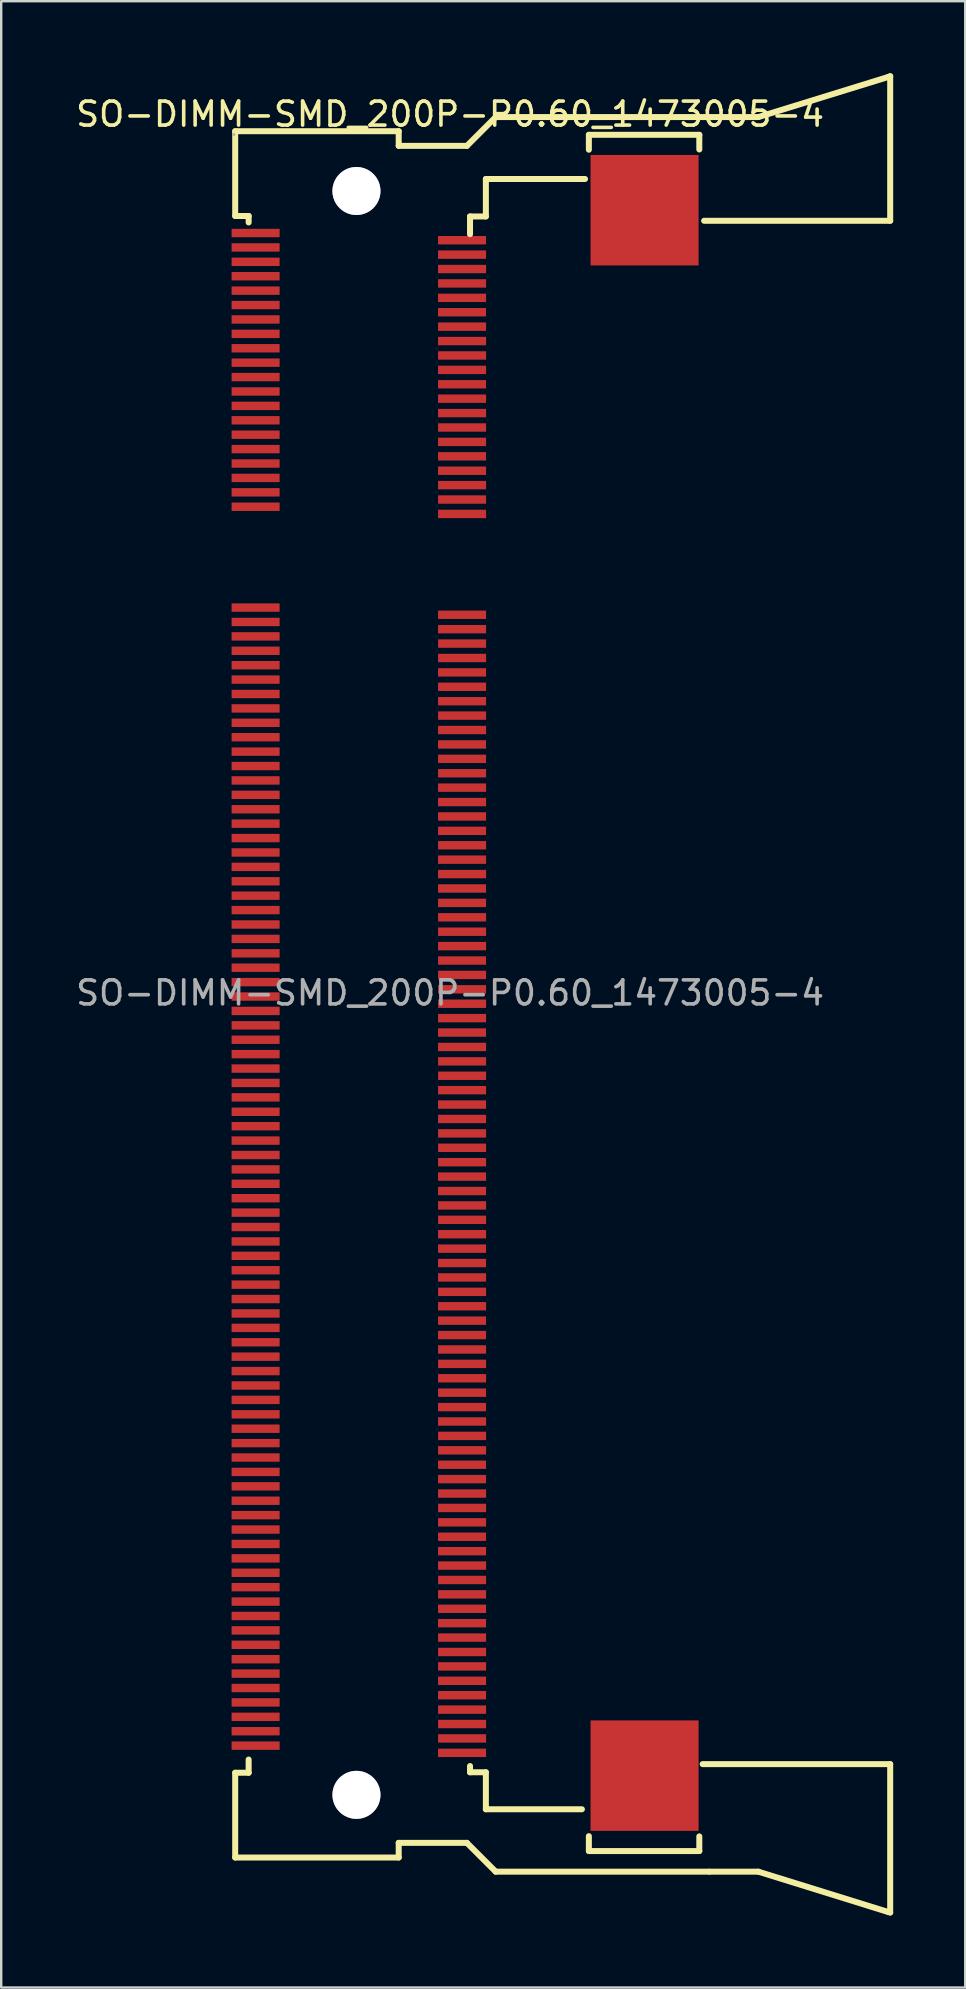
<source format=kicad_pcb>
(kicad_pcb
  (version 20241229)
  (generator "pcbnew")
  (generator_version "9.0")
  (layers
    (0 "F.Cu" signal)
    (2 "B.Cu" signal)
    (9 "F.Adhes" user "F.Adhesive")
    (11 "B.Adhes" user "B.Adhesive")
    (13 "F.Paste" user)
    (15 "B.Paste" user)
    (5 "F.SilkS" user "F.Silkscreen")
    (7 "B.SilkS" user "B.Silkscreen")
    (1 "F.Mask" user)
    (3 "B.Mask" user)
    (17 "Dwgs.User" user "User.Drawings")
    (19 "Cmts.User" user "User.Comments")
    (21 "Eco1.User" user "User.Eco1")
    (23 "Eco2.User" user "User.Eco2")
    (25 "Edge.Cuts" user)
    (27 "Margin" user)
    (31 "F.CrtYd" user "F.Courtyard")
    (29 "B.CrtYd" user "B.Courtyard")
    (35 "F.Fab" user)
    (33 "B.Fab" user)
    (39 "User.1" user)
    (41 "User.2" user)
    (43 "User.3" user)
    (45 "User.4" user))
  (footprint "SO-DIMM-SMD_200P-P0.60_1473005-4"
    (layer "F.Cu")
    (at 15.696 38.305)
    (property "Reference" "SO-DIMM-SMD_200P-P0.60_1473005-4" (at 0 -36.6 0) (layer "F.SilkS") (effects (font (size 1 1) (thickness 0.15))))
    (attr through_hole)
    (fp_line (start -8.95 -35.89) (end -2.14 -35.89) (stroke (width 0.25) (type solid)) (layer "F.SilkS"))
    (fp_line (start -8.95 -32.36) (end -8.95 -35.89) (stroke (width 0.25) (type solid)) (layer "F.SilkS"))
    (fp_line (start -8.95 -32.36) (end -8.39 -32.36) (stroke (width 0.25) (type solid)) (layer "F.SilkS"))
    (fp_line (start -8.95 32.48) (end -8.95 36.01) (stroke (width 0.25) (type solid)) (layer "F.SilkS"))
    (fp_line (start -8.95 32.48) (end -8.39 32.48) (stroke (width 0.25) (type solid)) (layer "F.SilkS"))
    (fp_line (start -8.95 36.01) (end -2.14 36.01) (stroke (width 0.25) (type solid)) (layer "F.SilkS"))
    (fp_line (start -8.39 -32.36) (end -8.39 -32.09) (stroke (width 0.25) (type solid)) (layer "F.SilkS"))
    (fp_line (start -8.39 32.48) (end -8.39 31.93) (stroke (width 0.25) (type solid)) (layer "F.SilkS"))
    (fp_line (start -2.14 -35.89) (end -2.14 -35.28) (stroke (width 0.25) (type solid)) (layer "F.SilkS"))
    (fp_line (start -2.14 -35.28) (end 0.7 -35.28) (stroke (width 0.25) (type solid)) (layer "F.SilkS"))
    (fp_line (start -2.14 35.4) (end 0.7 35.4) (stroke (width 0.25) (type solid)) (layer "F.SilkS"))
    (fp_line (start -2.14 36.01) (end -2.14 35.4) (stroke (width 0.25) (type solid)) (layer "F.SilkS"))
    (fp_line (start 0.7 -35.28) (end 1.9 -36.48) (stroke (width 0.25) (type solid)) (layer "F.SilkS"))
    (fp_line (start 0.7 35.4) (end 1.9 36.6) (stroke (width 0.25) (type solid)) (layer "F.SilkS"))
    (fp_line (start 0.83 -32.34) (end 0.83 -31.6) (stroke (width 0.25) (type solid)) (layer "F.SilkS"))
    (fp_line (start 0.83 32.46) (end 0.83 32.2) (stroke (width 0.25) (type solid)) (layer "F.SilkS"))
    (fp_line (start 1.49 -33.9) (end 5.62 -33.9) (stroke (width 0.25) (type solid)) (layer "F.SilkS"))
    (fp_line (start 1.49 -32.34) (end 0.83 -32.34) (stroke (width 0.25) (type solid)) (layer "F.SilkS"))
    (fp_line (start 1.49 -32.34) (end 1.49 -33.9) (stroke (width 0.25) (type solid)) (layer "F.SilkS"))
    (fp_line (start 1.49 32.46) (end 0.83 32.46) (stroke (width 0.25) (type solid)) (layer "F.SilkS"))
    (fp_line (start 1.49 32.46) (end 1.49 34) (stroke (width 0.25) (type solid)) (layer "F.SilkS"))
    (fp_line (start 1.49 34) (end 5.49 34) (stroke (width 0.25) (type solid)) (layer "F.SilkS"))
    (fp_line (start 1.9 -36.48) (end 10.79 -36.48) (stroke (width 0.25) (type solid)) (layer "F.SilkS"))
    (fp_line (start 1.9 36.6) (end 10.79 36.6) (stroke (width 0.25) (type solid)) (layer "F.SilkS"))
    (fp_line (start 5.78 -35.74) (end 10.38 -35.74) (stroke (width 0.25) (type solid)) (layer "F.SilkS"))
    (fp_line (start 5.78 -35.12) (end 5.78 -35.74) (stroke (width 0.25) (type solid)) (layer "F.SilkS"))
    (fp_line (start 5.78 35.74) (end 5.78 35.12) (stroke (width 0.25) (type solid)) (layer "F.SilkS"))
    (fp_line (start 5.78 35.74) (end 10.38 35.74) (stroke (width 0.25) (type solid)) (layer "F.SilkS"))
    (fp_line (start 10.38 -35.74) (end 10.38 -35.13) (stroke (width 0.25) (type solid)) (layer "F.SilkS"))
    (fp_line (start 10.38 35.74) (end 10.38 35.13) (stroke (width 0.25) (type solid)) (layer "F.SilkS"))
    (fp_line (start 10.81 -36.48) (end 12.84 -36.48) (stroke (width 0.25) (type solid)) (layer "F.SilkS"))
    (fp_line (start 10.81 36.6) (end 12.84 36.6) (stroke (width 0.25) (type solid)) (layer "F.SilkS"))
    (fp_line (start 12.84 -36.48) (end 18.25 -38.15) (stroke (width 0.25) (type solid)) (layer "F.SilkS"))
    (fp_line (start 12.84 36.6) (end 18.25 38.28) (stroke (width 0.25) (type solid)) (layer "F.SilkS"))
    (fp_line (start 18.25 -38.15) (end 18.33 -38.18) (stroke (width 0.25) (type solid)) (layer "F.SilkS"))
    (fp_line (start 18.25 38.28) (end 18.33 38.3) (stroke (width 0.25) (type solid)) (layer "F.SilkS"))
    (fp_line (start 18.33 -38.18) (end 18.33 -32.16) (stroke (width 0.25) (type solid)) (layer "F.SilkS"))
    (fp_line (start 18.33 -32.16) (end 10.58 -32.16) (stroke (width 0.25) (type solid)) (layer "F.SilkS"))
    (fp_line (start 18.33 32.12) (end 10.52 32.12) (stroke (width 0.25) (type solid)) (layer "F.SilkS"))
    (fp_line (start 18.33 38.3) (end 18.33 32.12) (stroke (width 0.25) (type solid)) (layer "F.SilkS"))
    (fp_circle (center -9 -35.75) (end -8.97 -35.75) (stroke (width 0.06) (type solid)) (fill no) (layer "F.Fab"))
    (fp_text user "${REFERENCE}" (at 0 0 0) (layer "F.Fab") (effects (font (size 1 1) (thickness 0.15))))
    (pad "" thru_hole circle (at -3.9 -33.4) (size 2 2) (drill 2) (layers "*.Cu" "*.Mask"))
    (pad "" thru_hole circle (at -3.9 33.4) (size 2 2) (drill 2) (layers "*.Cu" "*.Mask"))
    (pad "1" smd rect (at -8.1 -31.65) (size 2 0.35) (layers "F.Cu" "F.Mask" "F.Paste"))
    (pad "2" smd rect (at 0.5 -31.35) (size 2 0.35) (layers "F.Cu" "F.Mask" "F.Paste"))
    (pad "3" smd rect (at -8.1 -31.05) (size 2 0.35) (layers "F.Cu" "F.Mask" "F.Paste"))
    (pad "4" smd rect (at 0.5 -30.75) (size 2 0.35) (layers "F.Cu" "F.Mask" "F.Paste"))
    (pad "5" smd rect (at -8.1 -30.45) (size 2 0.35) (layers "F.Cu" "F.Mask" "F.Paste"))
    (pad "6" smd rect (at 0.5 -30.15) (size 2 0.35) (layers "F.Cu" "F.Mask" "F.Paste"))
    (pad "7" smd rect (at -8.1 -29.85) (size 2 0.35) (layers "F.Cu" "F.Mask" "F.Paste"))
    (pad "8" smd rect (at 0.5 -29.55) (size 2 0.35) (layers "F.Cu" "F.Mask" "F.Paste"))
    (pad "9" smd rect (at -8.1 -29.25) (size 2 0.35) (layers "F.Cu" "F.Mask" "F.Paste"))
    (pad "10" smd rect (at 0.5 -28.95) (size 2 0.35) (layers "F.Cu" "F.Mask" "F.Paste"))
    (pad "11" smd rect (at -8.1 -28.65) (size 2 0.35) (layers "F.Cu" "F.Mask" "F.Paste"))
    (pad "12" smd rect (at 0.5 -28.35) (size 2 0.35) (layers "F.Cu" "F.Mask" "F.Paste"))
    (pad "13" smd rect (at -8.1 -28.05) (size 2 0.35) (layers "F.Cu" "F.Mask" "F.Paste"))
    (pad "14" smd rect (at 0.5 -27.75) (size 2 0.35) (layers "F.Cu" "F.Mask" "F.Paste"))
    (pad "15" smd rect (at -8.1 -27.45) (size 2 0.35) (layers "F.Cu" "F.Mask" "F.Paste"))
    (pad "16" smd rect (at 0.5 -27.15) (size 2 0.35) (layers "F.Cu" "F.Mask" "F.Paste"))
    (pad "17" smd rect (at -8.1 -26.85) (size 2 0.35) (layers "F.Cu" "F.Mask" "F.Paste"))
    (pad "18" smd rect (at 0.5 -26.55) (size 2 0.35) (layers "F.Cu" "F.Mask" "F.Paste"))
    (pad "19" smd rect (at -8.1 -26.25) (size 2 0.35) (layers "F.Cu" "F.Mask" "F.Paste"))
    (pad "20" smd rect (at 0.5 -25.95) (size 2 0.35) (layers "F.Cu" "F.Mask" "F.Paste"))
    (pad "21" smd rect (at -8.1 -25.65) (size 2 0.35) (layers "F.Cu" "F.Mask" "F.Paste"))
    (pad "22" smd rect (at 0.5 -25.35) (size 2 0.35) (layers "F.Cu" "F.Mask" "F.Paste"))
    (pad "23" smd rect (at -8.1 -25.05) (size 2 0.35) (layers "F.Cu" "F.Mask" "F.Paste"))
    (pad "24" smd rect (at 0.5 -24.75) (size 2 0.35) (layers "F.Cu" "F.Mask" "F.Paste"))
    (pad "25" smd rect (at -8.1 -24.45) (size 2 0.35) (layers "F.Cu" "F.Mask" "F.Paste"))
    (pad "26" smd rect (at 0.5 -24.15) (size 2 0.35) (layers "F.Cu" "F.Mask" "F.Paste"))
    (pad "27" smd rect (at -8.1 -23.85) (size 2 0.35) (layers "F.Cu" "F.Mask" "F.Paste"))
    (pad "28" smd rect (at 0.5 -23.55) (size 2 0.35) (layers "F.Cu" "F.Mask" "F.Paste"))
    (pad "29" smd rect (at -8.1 -23.25) (size 2 0.35) (layers "F.Cu" "F.Mask" "F.Paste"))
    (pad "30" smd rect (at 0.5 -22.95) (size 2 0.35) (layers "F.Cu" "F.Mask" "F.Paste"))
    (pad "31" smd rect (at -8.1 -22.65) (size 2 0.35) (layers "F.Cu" "F.Mask" "F.Paste"))
    (pad "32" smd rect (at 0.5 -22.35) (size 2 0.35) (layers "F.Cu" "F.Mask" "F.Paste"))
    (pad "33" smd rect (at -8.1 -22.05) (size 2 0.35) (layers "F.Cu" "F.Mask" "F.Paste"))
    (pad "34" smd rect (at 0.5 -21.75) (size 2 0.35) (layers "F.Cu" "F.Mask" "F.Paste"))
    (pad "35" smd rect (at -8.1 -21.45) (size 2 0.35) (layers "F.Cu" "F.Mask" "F.Paste"))
    (pad "36" smd rect (at 0.5 -21.15) (size 2 0.35) (layers "F.Cu" "F.Mask" "F.Paste"))
    (pad "37" smd rect (at -8.1 -20.85) (size 2 0.35) (layers "F.Cu" "F.Mask" "F.Paste"))
    (pad "38" smd rect (at 0.5 -20.55) (size 2 0.35) (layers "F.Cu" "F.Mask" "F.Paste"))
    (pad "39" smd rect (at -8.1 -20.25) (size 2 0.35) (layers "F.Cu" "F.Mask" "F.Paste"))
    (pad "40" smd rect (at 0.5 -19.95) (size 2 0.35) (layers "F.Cu" "F.Mask" "F.Paste"))
    (pad "41" smd rect (at -8.1 -16.05) (size 2 0.35) (layers "F.Cu" "F.Mask" "F.Paste"))
    (pad "42" smd rect (at 0.5 -15.75) (size 2 0.35) (layers "F.Cu" "F.Mask" "F.Paste"))
    (pad "43" smd rect (at -8.1 -15.45) (size 2 0.35) (layers "F.Cu" "F.Mask" "F.Paste"))
    (pad "44" smd rect (at 0.5 -15.15) (size 2 0.35) (layers "F.Cu" "F.Mask" "F.Paste"))
    (pad "45" smd rect (at -8.1 -14.85) (size 2 0.35) (layers "F.Cu" "F.Mask" "F.Paste"))
    (pad "46" smd rect (at 0.5 -14.55) (size 2 0.35) (layers "F.Cu" "F.Mask" "F.Paste"))
    (pad "47" smd rect (at -8.1 -14.25) (size 2 0.35) (layers "F.Cu" "F.Mask" "F.Paste"))
    (pad "48" smd rect (at 0.5 -13.95) (size 2 0.35) (layers "F.Cu" "F.Mask" "F.Paste"))
    (pad "49" smd rect (at -8.1 -13.65) (size 2 0.35) (layers "F.Cu" "F.Mask" "F.Paste"))
    (pad "50" smd rect (at 0.5 -13.35) (size 2 0.35) (layers "F.Cu" "F.Mask" "F.Paste"))
    (pad "51" smd rect (at -8.1 -13.05) (size 2 0.35) (layers "F.Cu" "F.Mask" "F.Paste"))
    (pad "52" smd rect (at 0.5 -12.75) (size 2 0.35) (layers "F.Cu" "F.Mask" "F.Paste"))
    (pad "53" smd rect (at -8.1 -12.45) (size 2 0.35) (layers "F.Cu" "F.Mask" "F.Paste"))
    (pad "54" smd rect (at 0.5 -12.15) (size 2 0.35) (layers "F.Cu" "F.Mask" "F.Paste"))
    (pad "55" smd rect (at -8.1 -11.85) (size 2 0.35) (layers "F.Cu" "F.Mask" "F.Paste"))
    (pad "56" smd rect (at 0.5 -11.55) (size 2 0.35) (layers "F.Cu" "F.Mask" "F.Paste"))
    (pad "57" smd rect (at -8.1 -11.25) (size 2 0.35) (layers "F.Cu" "F.Mask" "F.Paste"))
    (pad "58" smd rect (at 0.5 -10.95) (size 2 0.35) (layers "F.Cu" "F.Mask" "F.Paste"))
    (pad "59" smd rect (at -8.1 -10.65) (size 2 0.35) (layers "F.Cu" "F.Mask" "F.Paste"))
    (pad "60" smd rect (at 0.5 -10.35) (size 2 0.35) (layers "F.Cu" "F.Mask" "F.Paste"))
    (pad "61" smd rect (at -8.1 -10.05) (size 2 0.35) (layers "F.Cu" "F.Mask" "F.Paste"))
    (pad "62" smd rect (at 0.5 -9.75) (size 2 0.35) (layers "F.Cu" "F.Mask" "F.Paste"))
    (pad "63" smd rect (at -8.1 -9.45) (size 2 0.35) (layers "F.Cu" "F.Mask" "F.Paste"))
    (pad "64" smd rect (at 0.5 -9.15) (size 2 0.35) (layers "F.Cu" "F.Mask" "F.Paste"))
    (pad "65" smd rect (at -8.1 -8.85) (size 2 0.35) (layers "F.Cu" "F.Mask" "F.Paste"))
    (pad "66" smd rect (at 0.5 -8.55) (size 2 0.35) (layers "F.Cu" "F.Mask" "F.Paste"))
    (pad "67" smd rect (at -8.1 -8.25) (size 2 0.35) (layers "F.Cu" "F.Mask" "F.Paste"))
    (pad "68" smd rect (at 0.5 -7.95) (size 2 0.35) (layers "F.Cu" "F.Mask" "F.Paste"))
    (pad "69" smd rect (at -8.1 -7.65) (size 2 0.35) (layers "F.Cu" "F.Mask" "F.Paste"))
    (pad "70" smd rect (at 0.5 -7.35) (size 2 0.35) (layers "F.Cu" "F.Mask" "F.Paste"))
    (pad "71" smd rect (at -8.1 -7.05) (size 2 0.35) (layers "F.Cu" "F.Mask" "F.Paste"))
    (pad "72" smd rect (at 0.5 -6.75) (size 2 0.35) (layers "F.Cu" "F.Mask" "F.Paste"))
    (pad "73" smd rect (at -8.1 -6.45) (size 2 0.35) (layers "F.Cu" "F.Mask" "F.Paste"))
    (pad "74" smd rect (at 0.5 -6.15) (size 2 0.35) (layers "F.Cu" "F.Mask" "F.Paste"))
    (pad "75" smd rect (at -8.1 -5.85) (size 2 0.35) (layers "F.Cu" "F.Mask" "F.Paste"))
    (pad "76" smd rect (at 0.5 -5.55) (size 2 0.35) (layers "F.Cu" "F.Mask" "F.Paste"))
    (pad "77" smd rect (at -8.1 -5.25) (size 2 0.35) (layers "F.Cu" "F.Mask" "F.Paste"))
    (pad "78" smd rect (at 0.5 -4.95) (size 2 0.35) (layers "F.Cu" "F.Mask" "F.Paste"))
    (pad "79" smd rect (at -8.1 -4.65) (size 2 0.35) (layers "F.Cu" "F.Mask" "F.Paste"))
    (pad "80" smd rect (at 0.5 -4.35) (size 2 0.35) (layers "F.Cu" "F.Mask" "F.Paste"))
    (pad "81" smd rect (at -8.1 -4.05) (size 2 0.35) (layers "F.Cu" "F.Mask" "F.Paste"))
    (pad "82" smd rect (at 0.5 -3.75) (size 2 0.35) (layers "F.Cu" "F.Mask" "F.Paste"))
    (pad "83" smd rect (at -8.1 -3.45) (size 2 0.35) (layers "F.Cu" "F.Mask" "F.Paste"))
    (pad "84" smd rect (at 0.5 -3.15) (size 2 0.35) (layers "F.Cu" "F.Mask" "F.Paste"))
    (pad "85" smd rect (at -8.1 -2.85) (size 2 0.35) (layers "F.Cu" "F.Mask" "F.Paste"))
    (pad "86" smd rect (at 0.5 -2.55) (size 2 0.35) (layers "F.Cu" "F.Mask" "F.Paste"))
    (pad "87" smd rect (at -8.1 -2.25) (size 2 0.35) (layers "F.Cu" "F.Mask" "F.Paste"))
    (pad "88" smd rect (at 0.5 -1.95) (size 2 0.35) (layers "F.Cu" "F.Mask" "F.Paste"))
    (pad "89" smd rect (at -8.1 -1.65) (size 2 0.35) (layers "F.Cu" "F.Mask" "F.Paste"))
    (pad "90" smd rect (at 0.5 -1.35) (size 2 0.35) (layers "F.Cu" "F.Mask" "F.Paste"))
    (pad "91" smd rect (at -8.1 -1.05) (size 2 0.35) (layers "F.Cu" "F.Mask" "F.Paste"))
    (pad "92" smd rect (at 0.5 -0.75) (size 2 0.35) (layers "F.Cu" "F.Mask" "F.Paste"))
    (pad "93" smd rect (at -8.1 -0.45) (size 2 0.35) (layers "F.Cu" "F.Mask" "F.Paste"))
    (pad "94" smd rect (at 0.5 -0.15) (size 2 0.35) (layers "F.Cu" "F.Mask" "F.Paste"))
    (pad "95" smd rect (at -8.1 0.15) (size 2 0.35) (layers "F.Cu" "F.Mask" "F.Paste"))
    (pad "96" smd rect (at 0.5 0.45) (size 2 0.35) (layers "F.Cu" "F.Mask" "F.Paste"))
    (pad "97" smd rect (at -8.1 0.75) (size 2 0.35) (layers "F.Cu" "F.Mask" "F.Paste"))
    (pad "98" smd rect (at 0.5 1.05) (size 2 0.35) (layers "F.Cu" "F.Mask" "F.Paste"))
    (pad "99" smd rect (at -8.1 1.35) (size 2 0.35) (layers "F.Cu" "F.Mask" "F.Paste"))
    (pad "100" smd rect (at 0.5 1.65) (size 2 0.35) (layers "F.Cu" "F.Mask" "F.Paste"))
    (pad "101" smd rect (at -8.1 1.95) (size 2 0.35) (layers "F.Cu" "F.Mask" "F.Paste"))
    (pad "102" smd rect (at 0.5 2.25) (size 2 0.35) (layers "F.Cu" "F.Mask" "F.Paste"))
    (pad "103" smd rect (at -8.1 2.55) (size 2 0.35) (layers "F.Cu" "F.Mask" "F.Paste"))
    (pad "104" smd rect (at 0.5 2.85) (size 2 0.35) (layers "F.Cu" "F.Mask" "F.Paste"))
    (pad "105" smd rect (at -8.1 3.15) (size 2 0.35) (layers "F.Cu" "F.Mask" "F.Paste"))
    (pad "106" smd rect (at 0.5 3.45) (size 2 0.35) (layers "F.Cu" "F.Mask" "F.Paste"))
    (pad "107" smd rect (at -8.1 3.75) (size 2 0.35) (layers "F.Cu" "F.Mask" "F.Paste"))
    (pad "108" smd rect (at 0.5 4.05) (size 2 0.35) (layers "F.Cu" "F.Mask" "F.Paste"))
    (pad "109" smd rect (at -8.1 4.35) (size 2 0.35) (layers "F.Cu" "F.Mask" "F.Paste"))
    (pad "110" smd rect (at 0.5 4.65) (size 2 0.35) (layers "F.Cu" "F.Mask" "F.Paste"))
    (pad "111" smd rect (at -8.1 4.95) (size 2 0.35) (layers "F.Cu" "F.Mask" "F.Paste"))
    (pad "112" smd rect (at 0.5 5.25) (size 2 0.35) (layers "F.Cu" "F.Mask" "F.Paste"))
    (pad "113" smd rect (at -8.1 5.55) (size 2 0.35) (layers "F.Cu" "F.Mask" "F.Paste"))
    (pad "114" smd rect (at 0.5 5.85) (size 2 0.35) (layers "F.Cu" "F.Mask" "F.Paste"))
    (pad "115" smd rect (at -8.1 6.15) (size 2 0.35) (layers "F.Cu" "F.Mask" "F.Paste"))
    (pad "116" smd rect (at 0.5 6.45) (size 2 0.35) (layers "F.Cu" "F.Mask" "F.Paste"))
    (pad "117" smd rect (at -8.1 6.75) (size 2 0.35) (layers "F.Cu" "F.Mask" "F.Paste"))
    (pad "118" smd rect (at 0.5 7.05) (size 2 0.35) (layers "F.Cu" "F.Mask" "F.Paste"))
    (pad "119" smd rect (at -8.1 7.35) (size 2 0.35) (layers "F.Cu" "F.Mask" "F.Paste"))
    (pad "120" smd rect (at 0.5 7.65) (size 2 0.35) (layers "F.Cu" "F.Mask" "F.Paste"))
    (pad "121" smd rect (at -8.1 7.95) (size 2 0.35) (layers "F.Cu" "F.Mask" "F.Paste"))
    (pad "122" smd rect (at 0.5 8.25) (size 2 0.35) (layers "F.Cu" "F.Mask" "F.Paste"))
    (pad "123" smd rect (at -8.1 8.55) (size 2 0.35) (layers "F.Cu" "F.Mask" "F.Paste"))
    (pad "124" smd rect (at 0.5 8.85) (size 2 0.35) (layers "F.Cu" "F.Mask" "F.Paste"))
    (pad "125" smd rect (at -8.1 9.15) (size 2 0.35) (layers "F.Cu" "F.Mask" "F.Paste"))
    (pad "126" smd rect (at 0.5 9.45) (size 2 0.35) (layers "F.Cu" "F.Mask" "F.Paste"))
    (pad "127" smd rect (at -8.1 9.75) (size 2 0.35) (layers "F.Cu" "F.Mask" "F.Paste"))
    (pad "128" smd rect (at 0.5 10.05) (size 2 0.35) (layers "F.Cu" "F.Mask" "F.Paste"))
    (pad "129" smd rect (at -8.1 10.35) (size 2 0.35) (layers "F.Cu" "F.Mask" "F.Paste"))
    (pad "130" smd rect (at 0.5 10.65) (size 2 0.35) (layers "F.Cu" "F.Mask" "F.Paste"))
    (pad "131" smd rect (at -8.1 10.95) (size 2 0.35) (layers "F.Cu" "F.Mask" "F.Paste"))
    (pad "132" smd rect (at 0.5 11.25) (size 2 0.35) (layers "F.Cu" "F.Mask" "F.Paste"))
    (pad "133" smd rect (at -8.1 11.55) (size 2 0.35) (layers "F.Cu" "F.Mask" "F.Paste"))
    (pad "134" smd rect (at 0.5 11.85) (size 2 0.35) (layers "F.Cu" "F.Mask" "F.Paste"))
    (pad "135" smd rect (at -8.1 12.15) (size 2 0.35) (layers "F.Cu" "F.Mask" "F.Paste"))
    (pad "136" smd rect (at 0.5 12.45) (size 2 0.35) (layers "F.Cu" "F.Mask" "F.Paste"))
    (pad "137" smd rect (at -8.1 12.75) (size 2 0.35) (layers "F.Cu" "F.Mask" "F.Paste"))
    (pad "138" smd rect (at 0.5 13.05) (size 2 0.35) (layers "F.Cu" "F.Mask" "F.Paste"))
    (pad "139" smd rect (at -8.1 13.35) (size 2 0.35) (layers "F.Cu" "F.Mask" "F.Paste"))
    (pad "140" smd rect (at 0.5 13.65) (size 2 0.35) (layers "F.Cu" "F.Mask" "F.Paste"))
    (pad "141" smd rect (at -8.1 13.95) (size 2 0.35) (layers "F.Cu" "F.Mask" "F.Paste"))
    (pad "142" smd rect (at 0.5 14.25) (size 2 0.35) (layers "F.Cu" "F.Mask" "F.Paste"))
    (pad "143" smd rect (at -8.1 14.55) (size 2 0.35) (layers "F.Cu" "F.Mask" "F.Paste"))
    (pad "144" smd rect (at 0.5 14.85) (size 2 0.35) (layers "F.Cu" "F.Mask" "F.Paste"))
    (pad "145" smd rect (at -8.1 15.15) (size 2 0.35) (layers "F.Cu" "F.Mask" "F.Paste"))
    (pad "146" smd rect (at 0.5 15.45) (size 2 0.35) (layers "F.Cu" "F.Mask" "F.Paste"))
    (pad "147" smd rect (at -8.1 15.75) (size 2 0.35) (layers "F.Cu" "F.Mask" "F.Paste"))
    (pad "148" smd rect (at 0.5 16.05) (size 2 0.35) (layers "F.Cu" "F.Mask" "F.Paste"))
    (pad "149" smd rect (at -8.1 16.35) (size 2 0.35) (layers "F.Cu" "F.Mask" "F.Paste"))
    (pad "150" smd rect (at 0.5 16.65) (size 2 0.35) (layers "F.Cu" "F.Mask" "F.Paste"))
    (pad "151" smd rect (at -8.1 16.95) (size 2 0.35) (layers "F.Cu" "F.Mask" "F.Paste"))
    (pad "152" smd rect (at 0.5 17.25) (size 2 0.35) (layers "F.Cu" "F.Mask" "F.Paste"))
    (pad "153" smd rect (at -8.1 17.55) (size 2 0.35) (layers "F.Cu" "F.Mask" "F.Paste"))
    (pad "154" smd rect (at 0.5 17.85) (size 2 0.35) (layers "F.Cu" "F.Mask" "F.Paste"))
    (pad "155" smd rect (at -8.1 18.15) (size 2 0.35) (layers "F.Cu" "F.Mask" "F.Paste"))
    (pad "156" smd rect (at 0.5 18.45) (size 2 0.35) (layers "F.Cu" "F.Mask" "F.Paste"))
    (pad "157" smd rect (at -8.1 18.75) (size 2 0.35) (layers "F.Cu" "F.Mask" "F.Paste"))
    (pad "158" smd rect (at 0.5 19.05) (size 2 0.35) (layers "F.Cu" "F.Mask" "F.Paste"))
    (pad "159" smd rect (at -8.1 19.35) (size 2 0.35) (layers "F.Cu" "F.Mask" "F.Paste"))
    (pad "160" smd rect (at 0.5 19.65) (size 2 0.35) (layers "F.Cu" "F.Mask" "F.Paste"))
    (pad "161" smd rect (at -8.1 19.95) (size 2 0.35) (layers "F.Cu" "F.Mask" "F.Paste"))
    (pad "162" smd rect (at 0.5 20.25) (size 2 0.35) (layers "F.Cu" "F.Mask" "F.Paste"))
    (pad "163" smd rect (at -8.1 20.55) (size 2 0.35) (layers "F.Cu" "F.Mask" "F.Paste"))
    (pad "164" smd rect (at 0.5 20.85) (size 2 0.35) (layers "F.Cu" "F.Mask" "F.Paste"))
    (pad "165" smd rect (at -8.1 21.15) (size 2 0.35) (layers "F.Cu" "F.Mask" "F.Paste"))
    (pad "166" smd rect (at 0.5 21.45) (size 2 0.35) (layers "F.Cu" "F.Mask" "F.Paste"))
    (pad "167" smd rect (at -8.1 21.75) (size 2 0.35) (layers "F.Cu" "F.Mask" "F.Paste"))
    (pad "168" smd rect (at 0.5 22.05) (size 2 0.35) (layers "F.Cu" "F.Mask" "F.Paste"))
    (pad "169" smd rect (at -8.1 22.35) (size 2 0.35) (layers "F.Cu" "F.Mask" "F.Paste"))
    (pad "170" smd rect (at 0.5 22.65) (size 2 0.35) (layers "F.Cu" "F.Mask" "F.Paste"))
    (pad "171" smd rect (at -8.1 22.95) (size 2 0.35) (layers "F.Cu" "F.Mask" "F.Paste"))
    (pad "172" smd rect (at 0.5 23.25) (size 2 0.35) (layers "F.Cu" "F.Mask" "F.Paste"))
    (pad "173" smd rect (at -8.1 23.55) (size 2 0.35) (layers "F.Cu" "F.Mask" "F.Paste"))
    (pad "174" smd rect (at 0.5 23.85) (size 2 0.35) (layers "F.Cu" "F.Mask" "F.Paste"))
    (pad "175" smd rect (at -8.1 24.15) (size 2 0.35) (layers "F.Cu" "F.Mask" "F.Paste"))
    (pad "176" smd rect (at 0.5 24.45) (size 2 0.35) (layers "F.Cu" "F.Mask" "F.Paste"))
    (pad "177" smd rect (at -8.1 24.75) (size 2 0.35) (layers "F.Cu" "F.Mask" "F.Paste"))
    (pad "178" smd rect (at 0.5 25.05) (size 2 0.35) (layers "F.Cu" "F.Mask" "F.Paste"))
    (pad "179" smd rect (at -8.1 25.35) (size 2 0.35) (layers "F.Cu" "F.Mask" "F.Paste"))
    (pad "180" smd rect (at 0.5 25.65) (size 2 0.35) (layers "F.Cu" "F.Mask" "F.Paste"))
    (pad "181" smd rect (at -8.1 25.95) (size 2 0.35) (layers "F.Cu" "F.Mask" "F.Paste"))
    (pad "182" smd rect (at 0.5 26.25) (size 2 0.35) (layers "F.Cu" "F.Mask" "F.Paste"))
    (pad "183" smd rect (at -8.1 26.55) (size 2 0.35) (layers "F.Cu" "F.Mask" "F.Paste"))
    (pad "184" smd rect (at 0.5 26.85) (size 2 0.35) (layers "F.Cu" "F.Mask" "F.Paste"))
    (pad "185" smd rect (at -8.1 27.15) (size 2 0.35) (layers "F.Cu" "F.Mask" "F.Paste"))
    (pad "186" smd rect (at 0.5 27.45) (size 2 0.35) (layers "F.Cu" "F.Mask" "F.Paste"))
    (pad "187" smd rect (at -8.1 27.75) (size 2 0.35) (layers "F.Cu" "F.Mask" "F.Paste"))
    (pad "188" smd rect (at 0.5 28.05) (size 2 0.35) (layers "F.Cu" "F.Mask" "F.Paste"))
    (pad "189" smd rect (at -8.1 28.35) (size 2 0.35) (layers "F.Cu" "F.Mask" "F.Paste"))
    (pad "190" smd rect (at 0.5 28.65) (size 2 0.35) (layers "F.Cu" "F.Mask" "F.Paste"))
    (pad "191" smd rect (at -8.1 28.95) (size 2 0.35) (layers "F.Cu" "F.Mask" "F.Paste"))
    (pad "192" smd rect (at 0.5 29.25) (size 2 0.35) (layers "F.Cu" "F.Mask" "F.Paste"))
    (pad "193" smd rect (at -8.1 29.55) (size 2 0.35) (layers "F.Cu" "F.Mask" "F.Paste"))
    (pad "194" smd rect (at 0.5 29.85) (size 2 0.35) (layers "F.Cu" "F.Mask" "F.Paste"))
    (pad "195" smd rect (at -8.1 30.15) (size 2 0.35) (layers "F.Cu" "F.Mask" "F.Paste"))
    (pad "196" smd rect (at 0.5 30.45) (size 2 0.35) (layers "F.Cu" "F.Mask" "F.Paste"))
    (pad "197" smd rect (at -8.1 30.75) (size 2 0.35) (layers "F.Cu" "F.Mask" "F.Paste"))
    (pad "198" smd rect (at 0.5 31.05) (size 2 0.35) (layers "F.Cu" "F.Mask" "F.Paste"))
    (pad "199" smd rect (at -8.1 31.35) (size 2 0.35) (layers "F.Cu" "F.Mask" "F.Paste"))
    (pad "200" smd rect (at 0.5 31.65) (size 2 0.35) (layers "F.Cu" "F.Mask" "F.Paste"))
    (pad "201" smd rect (at 8.1 -32.6) (size 4.5 4.6) (layers "F.Cu" "F.Mask" "F.Paste"))
    (pad "201" smd rect (at 8.1 32.6) (size 4.5 4.6) (layers "F.Cu" "F.Mask" "F.Paste")))
  (gr_rect
    (start -3 -3)
    (end 37.151 79.73)
    (stroke (width 0.1) (type default))
    (fill no)
    (layer "Edge.Cuts")))
</source>
